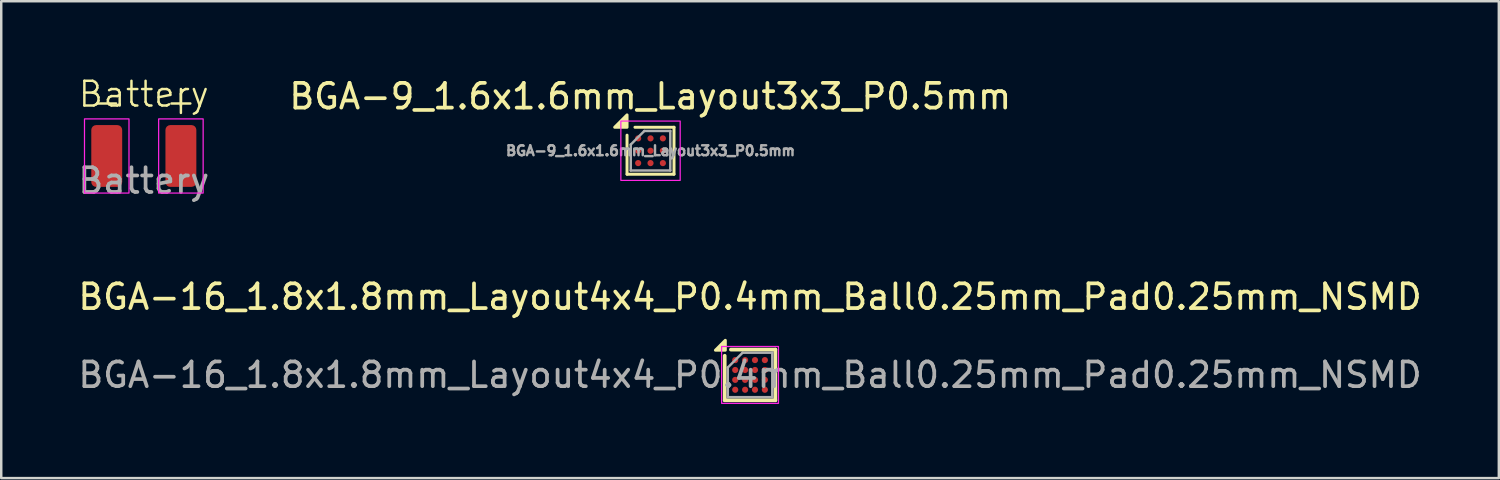
<source format=kicad_pcb>
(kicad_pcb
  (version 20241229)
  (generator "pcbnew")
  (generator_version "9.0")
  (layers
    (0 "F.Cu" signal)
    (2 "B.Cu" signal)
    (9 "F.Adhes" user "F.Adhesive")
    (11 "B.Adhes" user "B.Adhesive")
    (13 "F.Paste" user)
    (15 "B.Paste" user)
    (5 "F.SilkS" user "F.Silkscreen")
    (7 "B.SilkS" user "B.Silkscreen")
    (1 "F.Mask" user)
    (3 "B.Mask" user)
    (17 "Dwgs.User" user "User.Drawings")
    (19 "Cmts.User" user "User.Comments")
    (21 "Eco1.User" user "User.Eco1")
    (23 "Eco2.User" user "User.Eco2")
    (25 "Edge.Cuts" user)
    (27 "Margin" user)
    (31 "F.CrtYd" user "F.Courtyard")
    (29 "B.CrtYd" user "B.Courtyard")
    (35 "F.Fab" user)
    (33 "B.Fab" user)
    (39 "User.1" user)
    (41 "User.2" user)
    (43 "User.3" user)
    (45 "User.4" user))
  (footprint "BGA-16_1.8x1.8mm_Layout4x4_P0.4mm_Ball0.25mm_Pad0.25mm_NSMD"
    (layer "F.Cu")
    (at 27.292 12.117)
    (property "Reference" "BGA-16_1.8x1.8mm_Layout4x4_P0.4mm_Ball0.25mm_Pad0.25mm_NSMD" (at 0 -3.16 0) (layer "F.SilkS") (effects (font (size 1 1) (thickness 0.15))))
    (attr smd)
    (fp_line (start -1.025 1.025) (end -1.025 -0.775) (stroke (width 0.15) (type solid)) (layer "F.SilkS"))
    (fp_line (start 1.025 -1.025) (end -0.775 -1.025) (stroke (width 0.15) (type solid)) (layer "F.SilkS"))
    (fp_line (start 1.025 1.025) (end -1.025 1.025) (stroke (width 0.15) (type solid)) (layer "F.SilkS"))
    (fp_line (start 1.025 1.025) (end 1.025 -1.025) (stroke (width 0.15) (type solid)) (layer "F.SilkS"))
    (fp_poly (pts (xy -1 -1) (xy -1.4 -1) (xy -1 -1.4) (xy -1 -1)) (stroke (width 0.12) (type solid)) (fill yes) (layer "F.SilkS"))
    (fp_rect (start -1.15 -1.15) (end 1.15 1.15) (stroke (width 0.05) (type default)) (fill no) (layer "F.CrtYd"))
    (fp_line (start -0.9 -0.3) (end -0.3 -0.9) (stroke (width 0.1) (type default)) (layer "F.Fab"))
    (fp_line (start -0.9 0.9) (end -0.9 -0.3) (stroke (width 0.1) (type default)) (layer "F.Fab"))
    (fp_line (start -0.3 -0.9) (end 0.9 -0.9) (stroke (width 0.1) (type default)) (layer "F.Fab"))
    (fp_line (start 0.9 0.9) (end -0.9 0.9) (stroke (width 0.1) (type default)) (layer "F.Fab"))
    (fp_line (start 0.9 0.9) (end 0.9 -0.9) (stroke (width 0.1) (type default)) (layer "F.Fab"))
    (fp_text user "${REFERENCE}" (at 0 0 0) (layer "F.Fab") (effects (font (size 1 1) (thickness 0.15))))
    (pad "A1" smd circle (at -0.6 -0.6) (size 0.25 0.25) (property pad_prop_bga) (layers "F.Cu" "F.Mask" "F.Paste"))
    (pad "A2" smd circle (at -0.2 -0.6) (size 0.25 0.25) (property pad_prop_bga) (layers "F.Cu" "F.Mask" "F.Paste"))
    (pad "A3" smd circle (at 0.2 -0.6) (size 0.25 0.25) (property pad_prop_bga) (layers "F.Cu" "F.Mask" "F.Paste"))
    (pad "A4" smd circle (at 0.6 -0.6) (size 0.25 0.25) (property pad_prop_bga) (layers "F.Cu" "F.Mask" "F.Paste"))
    (pad "B1" smd circle (at -0.6 -0.2) (size 0.25 0.25) (property pad_prop_bga) (layers "F.Cu" "F.Mask" "F.Paste"))
    (pad "B2" smd circle (at -0.2 -0.2) (size 0.25 0.25) (property pad_prop_bga) (layers "F.Cu" "F.Mask" "F.Paste"))
    (pad "B3" smd circle (at 0.2 -0.2) (size 0.25 0.25) (property pad_prop_bga) (layers "F.Cu" "F.Mask" "F.Paste"))
    (pad "B4" smd circle (at 0.6 -0.2) (size 0.25 0.25) (property pad_prop_bga) (layers "F.Cu" "F.Mask" "F.Paste"))
    (pad "C1" smd circle (at -0.6 0.2) (size 0.25 0.25) (property pad_prop_bga) (layers "F.Cu" "F.Mask" "F.Paste"))
    (pad "C2" smd circle (at -0.2 0.2) (size 0.25 0.25) (property pad_prop_bga) (layers "F.Cu" "F.Mask" "F.Paste"))
    (pad "C3" smd circle (at 0.2 0.2) (size 0.25 0.25) (property pad_prop_bga) (layers "F.Cu" "F.Mask" "F.Paste"))
    (pad "C4" smd circle (at 0.6 0.2) (size 0.25 0.25) (property pad_prop_bga) (layers "F.Cu" "F.Mask" "F.Paste"))
    (pad "D1" smd circle (at -0.6 0.6) (size 0.25 0.25) (property pad_prop_bga) (layers "F.Cu" "F.Mask" "F.Paste"))
    (pad "D2" smd circle (at -0.2 0.6) (size 0.25 0.25) (property pad_prop_bga) (layers "F.Cu" "F.Mask" "F.Paste"))
    (pad "D3" smd circle (at 0.2 0.6) (size 0.25 0.25) (property pad_prop_bga) (layers "F.Cu" "F.Mask" "F.Paste"))
    (pad "D4" smd circle (at 0.6 0.6) (size 0.25 0.25) (property pad_prop_bga) (layers "F.Cu" "F.Mask" "F.Paste")))
  (footprint "Battery"
    (layer "F.Cu")
    (at 2.768 3.26)
    (property "Reference" "Battery" (at 0 -2.5 0) (unlocked yes) (layer "F.SilkS") (effects (font (size 1 1) (thickness 0.1))))
    (attr smd)
    (fp_rect (start -2.4 -1.5) (end -0.6 1.5) (stroke (width 0.05) (type solid)) (fill no) (layer "F.CrtYd"))
    (fp_rect (start 0.6 -1.5) (end 2.4 1.5) (stroke (width 0.05) (type solid)) (fill no) (layer "F.CrtYd"))
    (fp_text user "-" (at -1.5 -2.2 0) (unlocked yes) (layer "F.SilkS") (effects (font (size 1 1) (thickness 0.1))))
    (fp_text user "+" (at 1.5 -2.2 0) (unlocked yes) (layer "F.SilkS") (effects (font (size 1 1) (thickness 0.1))))
    (fp_text user "${REFERENCE}" (at 0 1 0) (unlocked yes) (layer "F.Fab") (effects (font (size 1 1) (thickness 0.15))))
    (pad "+" smd roundrect (at 1.5 0) (size 1.25 2.5) (layers "F.Cu" "F.Mask" "F.Paste") (roundrect_rratio 0.157))
    (pad "-" smd roundrect (at -1.5 0) (size 1.25 2.5) (layers "F.Cu" "F.Mask" "F.Paste") (roundrect_rratio 0.157)))
  (footprint "BGA-9_1.6x1.6mm_Layout3x3_P0.5mm"
    (layer "F.Cu")
    (at 23.266 3.048)
    (property "Reference" "BGA-9_1.6x1.6mm_Layout3x3_P0.5mm" (at -0.01 -2.2 0) (layer "F.SilkS") (effects (font (size 1 1) (thickness 0.15))))
    (attr smd)
    (fp_line (start -0.95 -0.63) (end -0.95 0.95) (stroke (width 0.12) (type solid)) (layer "F.SilkS"))
    (fp_line (start -0.95 0.95) (end 0.95 0.95) (stroke (width 0.12) (type solid)) (layer "F.SilkS"))
    (fp_line (start 0.95 -0.95) (end -0.63 -0.95) (stroke (width 0.12) (type solid)) (layer "F.SilkS"))
    (fp_line (start 0.95 0.95) (end 0.95 -0.95) (stroke (width 0.12) (type solid)) (layer "F.SilkS"))
    (fp_poly (pts (xy -0.95 -0.95) (xy -1.45 -0.95) (xy -0.95 -1.45) (xy -0.95 -0.95)) (stroke (width 0.12) (type solid)) (fill yes) (layer "F.SilkS"))
    (fp_rect (start -1.2 -1.2) (end 1.2 1.2) (stroke (width 0.05) (type default)) (fill no) (layer "F.CrtYd"))
    (fp_line (start -0.8 -0.25) (end -0.25 -0.8) (stroke (width 0.1) (type solid)) (layer "F.Fab"))
    (fp_line (start -0.8 0.8) (end -0.8 -0.25) (stroke (width 0.1) (type solid)) (layer "F.Fab"))
    (fp_line (start -0.25 -0.8) (end 0.8 -0.8) (stroke (width 0.1) (type solid)) (layer "F.Fab"))
    (fp_line (start 0.8 -0.8) (end 0.8 0.8) (stroke (width 0.1) (type solid)) (layer "F.Fab"))
    (fp_line (start 0.8 0.8) (end -0.8 0.8) (stroke (width 0.1) (type solid)) (layer "F.Fab"))
    (fp_text user "${REFERENCE}" (at 0 0 0) (layer "F.Fab") (effects (font (size 0.4 0.4) (thickness 0.1))))
    (pad "A1" smd circle (at -0.5 -0.5) (size 0.25 0.25) (property pad_prop_bga) (layers "F.Cu" "F.Mask" "F.Paste"))
    (pad "A2" smd circle (at 0 -0.5) (size 0.25 0.25) (property pad_prop_bga) (layers "F.Cu" "F.Mask" "F.Paste"))
    (pad "A3" smd circle (at 0.5 -0.5) (size 0.25 0.25) (property pad_prop_bga) (layers "F.Cu" "F.Mask" "F.Paste"))
    (pad "B1" smd circle (at -0.5 0) (size 0.25 0.25) (property pad_prop_bga) (layers "F.Cu" "F.Mask" "F.Paste"))
    (pad "B2" smd circle (at 0 0) (size 0.25 0.25) (property pad_prop_bga) (layers "F.Cu" "F.Mask" "F.Paste"))
    (pad "B3" smd circle (at 0.5 0) (size 0.25 0.25) (property pad_prop_bga) (layers "F.Cu" "F.Mask" "F.Paste"))
    (pad "C1" smd circle (at -0.5 0.5) (size 0.25 0.25) (property pad_prop_bga) (layers "F.Cu" "F.Mask" "F.Paste"))
    (pad "C2" smd circle (at 0 0.5) (size 0.25 0.25) (property pad_prop_bga) (layers "F.Cu" "F.Mask" "F.Paste"))
    (pad "C3" smd circle (at 0.5 0.5) (size 0.25 0.25) (property pad_prop_bga) (layers "F.Cu" "F.Mask" "F.Paste")))
  (gr_rect
    (start -3 -3)
    (end 57.583 16.292)
    (stroke (width 0.1) (type default))
    (fill no)
    (layer "Edge.Cuts")))
</source>
